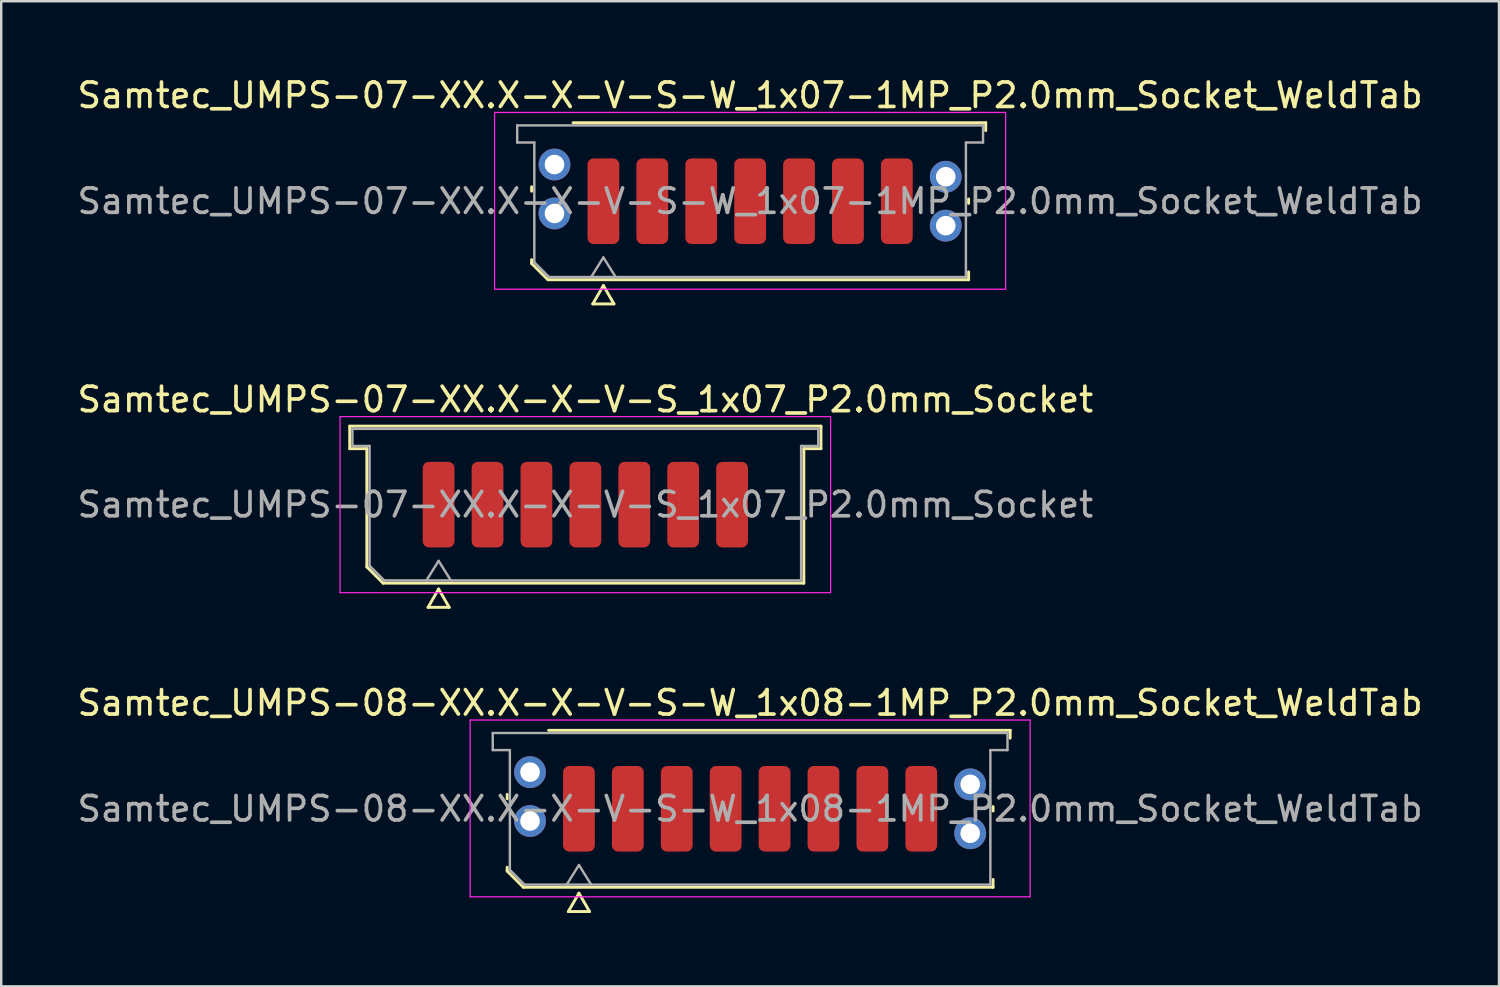
<source format=kicad_pcb>
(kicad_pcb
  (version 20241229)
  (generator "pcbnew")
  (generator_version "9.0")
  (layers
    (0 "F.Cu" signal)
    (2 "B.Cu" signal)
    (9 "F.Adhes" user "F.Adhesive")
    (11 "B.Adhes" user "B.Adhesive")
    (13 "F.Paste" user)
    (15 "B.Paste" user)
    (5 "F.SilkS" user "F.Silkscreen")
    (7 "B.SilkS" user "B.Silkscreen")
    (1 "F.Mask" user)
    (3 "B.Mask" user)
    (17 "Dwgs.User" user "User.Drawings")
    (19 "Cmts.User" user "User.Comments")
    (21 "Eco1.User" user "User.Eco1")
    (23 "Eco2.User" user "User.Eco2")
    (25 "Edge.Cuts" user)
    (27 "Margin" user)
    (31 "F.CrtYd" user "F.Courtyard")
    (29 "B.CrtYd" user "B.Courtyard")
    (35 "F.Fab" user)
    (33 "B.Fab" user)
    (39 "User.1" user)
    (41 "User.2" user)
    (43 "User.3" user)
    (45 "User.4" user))
  (footprint "Samtec_UMPS-08-XX.X-X-V-S-W_1x08-1MP_P2.0mm_Socket_WeldTab"
    (layer "F.Cu")
    (at 27.625 30.025)
    (property "Reference" "Samtec_UMPS-08-XX.X-X-V-S-W_1x08-1MP_P2.0mm_Socket_WeldTab" (at 0 -4.33 0) (layer "F.SilkS") (effects (font (size 1 1) (thickness 0.15))))
    (attr smd)
    (fp_line (start -9.935 -0.41) (end -9.935 -0.59) (stroke (width 0.12) (type solid)) (layer "F.SilkS"))
    (fp_line (start -9.935 2.546) (end -9.935 2.39) (stroke (width 0.12) (type solid)) (layer "F.SilkS"))
    (fp_line (start -9.271 3.21) (end -9.935 2.546) (stroke (width 0.12) (type solid)) (layer "F.SilkS"))
    (fp_line (start -8.24 -3.21) (end 10.635 -3.21) (stroke (width 0.12) (type solid)) (layer "F.SilkS"))
    (fp_line (start -7.433 4.2) (end -7 3.45) (stroke (width 0.12) (type solid)) (layer "F.SilkS"))
    (fp_line (start -7 3.45) (end -6.567 4.2) (stroke (width 0.12) (type solid)) (layer "F.SilkS"))
    (fp_line (start -6.567 4.2) (end -7.433 4.2) (stroke (width 0.12) (type solid)) (layer "F.SilkS"))
    (fp_line (start 9.935 -0.09) (end 9.935 0.09) (stroke (width 0.12) (type solid)) (layer "F.SilkS"))
    (fp_line (start 9.935 2.89) (end 9.935 3.21) (stroke (width 0.12) (type solid)) (layer "F.SilkS"))
    (fp_line (start 9.935 3.21) (end -9.271 3.21) (stroke (width 0.12) (type solid)) (layer "F.SilkS"))
    (fp_line (start 10.635 -3.21) (end 10.635 -2.89) (stroke (width 0.12) (type solid)) (layer "F.SilkS"))
    (fp_line (start -11.45 -3.63) (end -11.45 3.6) (stroke (width 0.05) (type solid)) (layer "F.CrtYd"))
    (fp_line (start -11.45 3.6) (end 11.45 3.6) (stroke (width 0.05) (type solid)) (layer "F.CrtYd"))
    (fp_line (start 11.45 -3.63) (end -11.45 -3.63) (stroke (width 0.05) (type solid)) (layer "F.CrtYd"))
    (fp_line (start 11.45 3.6) (end 11.45 -3.63) (stroke (width 0.05) (type solid)) (layer "F.CrtYd"))
    (fp_line (start -10.525 -3.1) (end 10.525 -3.1) (stroke (width 0.1) (type solid)) (layer "F.Fab"))
    (fp_line (start -10.525 -2.4) (end -10.525 -3.1) (stroke (width 0.1) (type solid)) (layer "F.Fab"))
    (fp_line (start -9.825 -2.4) (end -10.525 -2.4) (stroke (width 0.1) (type solid)) (layer "F.Fab"))
    (fp_line (start -9.825 2.5) (end -9.825 -2.4) (stroke (width 0.1) (type solid)) (layer "F.Fab"))
    (fp_line (start -9.225 3.1) (end -9.825 2.5) (stroke (width 0.1) (type solid)) (layer "F.Fab"))
    (fp_line (start -7.5 3.1) (end -7 2.3) (stroke (width 0.1) (type solid)) (layer "F.Fab"))
    (fp_line (start -7 2.3) (end -6.5 3.1) (stroke (width 0.1) (type solid)) (layer "F.Fab"))
    (fp_line (start 9.825 -2.4) (end 9.825 3.1) (stroke (width 0.1) (type solid)) (layer "F.Fab"))
    (fp_line (start 9.825 3.1) (end -9.225 3.1) (stroke (width 0.1) (type solid)) (layer "F.Fab"))
    (fp_line (start 10.525 -3.1) (end 10.525 -2.4) (stroke (width 0.1) (type solid)) (layer "F.Fab"))
    (fp_line (start 10.525 -2.4) (end 9.825 -2.4) (stroke (width 0.1) (type solid)) (layer "F.Fab"))
    (fp_text user "${REFERENCE}" (at 0 0 0) (layer "F.Fab") (effects (font (size 1 1) (thickness 0.15))))
    (pad "" smd rect (at -9.725 -1.99) (size 2.45 2.28) (layers "F.Paste"))
    (pad "" smd rect (at -9.725 0.99) (size 2.45 2.28) (layers "F.Paste"))
    (pad "" smd rect (at 9.725 -1.49) (size 2.45 2.28) (layers "F.Paste"))
    (pad "" smd rect (at 9.725 1.49) (size 2.45 2.28) (layers "F.Paste"))
    (pad "1" smd roundrect (at -7 0) (size 1.3 3.5) (layers "F.Cu" "F.Mask" "F.Paste") (roundrect_rratio 0.192))
    (pad "2" smd roundrect (at -5 0) (size 1.3 3.5) (layers "F.Cu" "F.Mask" "F.Paste") (roundrect_rratio 0.192))
    (pad "3" smd roundrect (at -3 0) (size 1.3 3.5) (layers "F.Cu" "F.Mask" "F.Paste") (roundrect_rratio 0.192))
    (pad "4" smd roundrect (at -1 0) (size 1.3 3.5) (layers "F.Cu" "F.Mask" "F.Paste") (roundrect_rratio 0.192))
    (pad "5" smd roundrect (at 1 0) (size 1.3 3.5) (layers "F.Cu" "F.Mask" "F.Paste") (roundrect_rratio 0.192))
    (pad "6" smd roundrect (at 3 0) (size 1.3 3.5) (layers "F.Cu" "F.Mask" "F.Paste") (roundrect_rratio 0.192))
    (pad "7" smd roundrect (at 5 0) (size 1.3 3.5) (layers "F.Cu" "F.Mask" "F.Paste") (roundrect_rratio 0.192))
    (pad "8" smd roundrect (at 7 0) (size 1.3 3.5) (layers "F.Cu" "F.Mask" "F.Paste") (roundrect_rratio 0.192))
    (pad "MP" thru_hole circle (at -9 -1.5) (size 1.3 1.3) (drill 0.8) (layers "*.Cu" "*.Mask"))
    (pad "MP" thru_hole circle (at -9 0.5) (size 1.3 1.3) (drill 0.8) (layers "*.Cu" "*.Mask"))
    (pad "MP" thru_hole circle (at 9 -1) (size 1.3 1.3) (drill 0.8) (layers "*.Cu" "*.Mask"))
    (pad "MP" thru_hole circle (at 9 1) (size 1.3 1.3) (drill 0.8) (layers "*.Cu" "*.Mask")))
  (footprint "Samtec_UMPS-07-XX.X-X-V-S_1x07_P2.0mm_Socket"
    (layer "F.Cu")
    (at 20.887 17.587)
    (property "Reference" "Samtec_UMPS-07-XX.X-X-V-S_1x07_P2.0mm_Socket" (at 0 -4.3 0) (layer "F.SilkS") (effects (font (size 1 1) (thickness 0.15))))
    (attr smd)
    (fp_line (start -9.635 -3.21) (end 9.635 -3.21) (stroke (width 0.12) (type solid)) (layer "F.SilkS"))
    (fp_line (start -9.635 -2.29) (end -9.635 -3.21) (stroke (width 0.12) (type solid)) (layer "F.SilkS"))
    (fp_line (start -8.935 -2.29) (end -9.635 -2.29) (stroke (width 0.12) (type solid)) (layer "F.SilkS"))
    (fp_line (start -8.935 2.546) (end -8.935 -2.29) (stroke (width 0.12) (type solid)) (layer "F.SilkS"))
    (fp_line (start -8.271 3.21) (end -8.935 2.546) (stroke (width 0.12) (type solid)) (layer "F.SilkS"))
    (fp_line (start -6.433 4.2) (end -6 3.45) (stroke (width 0.12) (type solid)) (layer "F.SilkS"))
    (fp_line (start -6 3.45) (end -5.567 4.2) (stroke (width 0.12) (type solid)) (layer "F.SilkS"))
    (fp_line (start -5.567 4.2) (end -6.433 4.2) (stroke (width 0.12) (type solid)) (layer "F.SilkS"))
    (fp_line (start 8.935 -2.29) (end 8.935 3.21) (stroke (width 0.12) (type solid)) (layer "F.SilkS"))
    (fp_line (start 8.935 3.21) (end -8.271 3.21) (stroke (width 0.12) (type solid)) (layer "F.SilkS"))
    (fp_line (start 9.635 -3.21) (end 9.635 -2.29) (stroke (width 0.12) (type solid)) (layer "F.SilkS"))
    (fp_line (start 9.635 -2.29) (end 8.935 -2.29) (stroke (width 0.12) (type solid)) (layer "F.SilkS"))
    (fp_line (start -10.03 -3.6) (end -10.03 3.6) (stroke (width 0.05) (type solid)) (layer "F.CrtYd"))
    (fp_line (start -10.03 3.6) (end 10.03 3.6) (stroke (width 0.05) (type solid)) (layer "F.CrtYd"))
    (fp_line (start 10.03 -3.6) (end -10.03 -3.6) (stroke (width 0.05) (type solid)) (layer "F.CrtYd"))
    (fp_line (start 10.03 3.6) (end 10.03 -3.6) (stroke (width 0.05) (type solid)) (layer "F.CrtYd"))
    (fp_line (start -9.525 -3.1) (end 9.525 -3.1) (stroke (width 0.1) (type solid)) (layer "F.Fab"))
    (fp_line (start -9.525 -2.4) (end -9.525 -3.1) (stroke (width 0.1) (type solid)) (layer "F.Fab"))
    (fp_line (start -8.825 -2.4) (end -9.525 -2.4) (stroke (width 0.1) (type solid)) (layer "F.Fab"))
    (fp_line (start -8.825 2.5) (end -8.825 -2.4) (stroke (width 0.1) (type solid)) (layer "F.Fab"))
    (fp_line (start -8.225 3.1) (end -8.825 2.5) (stroke (width 0.1) (type solid)) (layer "F.Fab"))
    (fp_line (start -6.5 3.1) (end -6 2.3) (stroke (width 0.1) (type solid)) (layer "F.Fab"))
    (fp_line (start -6 2.3) (end -5.5 3.1) (stroke (width 0.1) (type solid)) (layer "F.Fab"))
    (fp_line (start 8.825 -2.4) (end 8.825 3.1) (stroke (width 0.1) (type solid)) (layer "F.Fab"))
    (fp_line (start 8.825 3.1) (end -8.225 3.1) (stroke (width 0.1) (type solid)) (layer "F.Fab"))
    (fp_line (start 9.525 -3.1) (end 9.525 -2.4) (stroke (width 0.1) (type solid)) (layer "F.Fab"))
    (fp_line (start 9.525 -2.4) (end 8.825 -2.4) (stroke (width 0.1) (type solid)) (layer "F.Fab"))
    (fp_text user "${REFERENCE}" (at 0 0 0) (layer "F.Fab") (effects (font (size 1 1) (thickness 0.15))))
    (pad "1" smd roundrect (at -6 0) (size 1.3 3.5) (layers "F.Cu" "F.Mask" "F.Paste") (roundrect_rratio 0.192))
    (pad "2" smd roundrect (at -4 0) (size 1.3 3.5) (layers "F.Cu" "F.Mask" "F.Paste") (roundrect_rratio 0.192))
    (pad "3" smd roundrect (at -2 0) (size 1.3 3.5) (layers "F.Cu" "F.Mask" "F.Paste") (roundrect_rratio 0.192))
    (pad "4" smd roundrect (at 0 0) (size 1.3 3.5) (layers "F.Cu" "F.Mask" "F.Paste") (roundrect_rratio 0.192))
    (pad "5" smd roundrect (at 2 0) (size 1.3 3.5) (layers "F.Cu" "F.Mask" "F.Paste") (roundrect_rratio 0.192))
    (pad "6" smd roundrect (at 4 0) (size 1.3 3.5) (layers "F.Cu" "F.Mask" "F.Paste") (roundrect_rratio 0.192))
    (pad "7" smd roundrect (at 6 0) (size 1.3 3.5) (layers "F.Cu" "F.Mask" "F.Paste") (roundrect_rratio 0.192)))
  (footprint "Samtec_UMPS-07-XX.X-X-V-S-W_1x07-1MP_P2.0mm_Socket_WeldTab"
    (layer "F.Cu")
    (at 27.625 5.178)
    (property "Reference" "Samtec_UMPS-07-XX.X-X-V-S-W_1x07-1MP_P2.0mm_Socket_WeldTab" (at 0 -4.33 0) (layer "F.SilkS") (effects (font (size 1 1) (thickness 0.15))))
    (attr smd)
    (fp_line (start -8.935 -0.41) (end -8.935 -0.59) (stroke (width 0.12) (type solid)) (layer "F.SilkS"))
    (fp_line (start -8.935 2.546) (end -8.935 2.39) (stroke (width 0.12) (type solid)) (layer "F.SilkS"))
    (fp_line (start -8.271 3.21) (end -8.935 2.546) (stroke (width 0.12) (type solid)) (layer "F.SilkS"))
    (fp_line (start -7.24 -3.21) (end 9.635 -3.21) (stroke (width 0.12) (type solid)) (layer "F.SilkS"))
    (fp_line (start -6.433 4.2) (end -6 3.45) (stroke (width 0.12) (type solid)) (layer "F.SilkS"))
    (fp_line (start -6 3.45) (end -5.567 4.2) (stroke (width 0.12) (type solid)) (layer "F.SilkS"))
    (fp_line (start -5.567 4.2) (end -6.433 4.2) (stroke (width 0.12) (type solid)) (layer "F.SilkS"))
    (fp_line (start 8.935 -0.09) (end 8.935 0.09) (stroke (width 0.12) (type solid)) (layer "F.SilkS"))
    (fp_line (start 8.935 2.89) (end 8.935 3.21) (stroke (width 0.12) (type solid)) (layer "F.SilkS"))
    (fp_line (start 8.935 3.21) (end -8.271 3.21) (stroke (width 0.12) (type solid)) (layer "F.SilkS"))
    (fp_line (start 9.635 -3.21) (end 9.635 -2.89) (stroke (width 0.12) (type solid)) (layer "F.SilkS"))
    (fp_line (start -10.45 -3.63) (end -10.45 3.6) (stroke (width 0.05) (type solid)) (layer "F.CrtYd"))
    (fp_line (start -10.45 3.6) (end 10.45 3.6) (stroke (width 0.05) (type solid)) (layer "F.CrtYd"))
    (fp_line (start 10.45 -3.63) (end -10.45 -3.63) (stroke (width 0.05) (type solid)) (layer "F.CrtYd"))
    (fp_line (start 10.45 3.6) (end 10.45 -3.63) (stroke (width 0.05) (type solid)) (layer "F.CrtYd"))
    (fp_line (start -9.525 -3.1) (end 9.525 -3.1) (stroke (width 0.1) (type solid)) (layer "F.Fab"))
    (fp_line (start -9.525 -2.4) (end -9.525 -3.1) (stroke (width 0.1) (type solid)) (layer "F.Fab"))
    (fp_line (start -8.825 -2.4) (end -9.525 -2.4) (stroke (width 0.1) (type solid)) (layer "F.Fab"))
    (fp_line (start -8.825 2.5) (end -8.825 -2.4) (stroke (width 0.1) (type solid)) (layer "F.Fab"))
    (fp_line (start -8.225 3.1) (end -8.825 2.5) (stroke (width 0.1) (type solid)) (layer "F.Fab"))
    (fp_line (start -6.5 3.1) (end -6 2.3) (stroke (width 0.1) (type solid)) (layer "F.Fab"))
    (fp_line (start -6 2.3) (end -5.5 3.1) (stroke (width 0.1) (type solid)) (layer "F.Fab"))
    (fp_line (start 8.825 -2.4) (end 8.825 3.1) (stroke (width 0.1) (type solid)) (layer "F.Fab"))
    (fp_line (start 8.825 3.1) (end -8.225 3.1) (stroke (width 0.1) (type solid)) (layer "F.Fab"))
    (fp_line (start 9.525 -3.1) (end 9.525 -2.4) (stroke (width 0.1) (type solid)) (layer "F.Fab"))
    (fp_line (start 9.525 -2.4) (end 8.825 -2.4) (stroke (width 0.1) (type solid)) (layer "F.Fab"))
    (fp_text user "${REFERENCE}" (at 0 0 0) (layer "F.Fab") (effects (font (size 1 1) (thickness 0.15))))
    (pad "" smd rect (at -8.725 -1.99) (size 2.45 2.28) (layers "F.Paste"))
    (pad "" smd rect (at -8.725 0.99) (size 2.45 2.28) (layers "F.Paste"))
    (pad "" smd rect (at 8.725 -1.49) (size 2.45 2.28) (layers "F.Paste"))
    (pad "" smd rect (at 8.725 1.49) (size 2.45 2.28) (layers "F.Paste"))
    (pad "1" smd roundrect (at -6 0) (size 1.3 3.5) (layers "F.Cu" "F.Mask" "F.Paste") (roundrect_rratio 0.192))
    (pad "2" smd roundrect (at -4 0) (size 1.3 3.5) (layers "F.Cu" "F.Mask" "F.Paste") (roundrect_rratio 0.192))
    (pad "3" smd roundrect (at -2 0) (size 1.3 3.5) (layers "F.Cu" "F.Mask" "F.Paste") (roundrect_rratio 0.192))
    (pad "4" smd roundrect (at 0 0) (size 1.3 3.5) (layers "F.Cu" "F.Mask" "F.Paste") (roundrect_rratio 0.192))
    (pad "5" smd roundrect (at 2 0) (size 1.3 3.5) (layers "F.Cu" "F.Mask" "F.Paste") (roundrect_rratio 0.192))
    (pad "6" smd roundrect (at 4 0) (size 1.3 3.5) (layers "F.Cu" "F.Mask" "F.Paste") (roundrect_rratio 0.192))
    (pad "7" smd roundrect (at 6 0) (size 1.3 3.5) (layers "F.Cu" "F.Mask" "F.Paste") (roundrect_rratio 0.192))
    (pad "MP" thru_hole circle (at -8 -1.5) (size 1.3 1.3) (drill 0.8) (layers "*.Cu" "*.Mask"))
    (pad "MP" thru_hole circle (at -8 0.5) (size 1.3 1.3) (drill 0.8) (layers "*.Cu" "*.Mask"))
    (pad "MP" thru_hole circle (at 8 -1) (size 1.3 1.3) (drill 0.8) (layers "*.Cu" "*.Mask"))
    (pad "MP" thru_hole circle (at 8 1) (size 1.3 1.3) (drill 0.8) (layers "*.Cu" "*.Mask")))
  (gr_rect
    (start -3 -3)
    (end 58.25 37.285)
    (stroke (width 0.1) (type default))
    (fill no)
    (layer "Edge.Cuts")))
</source>
